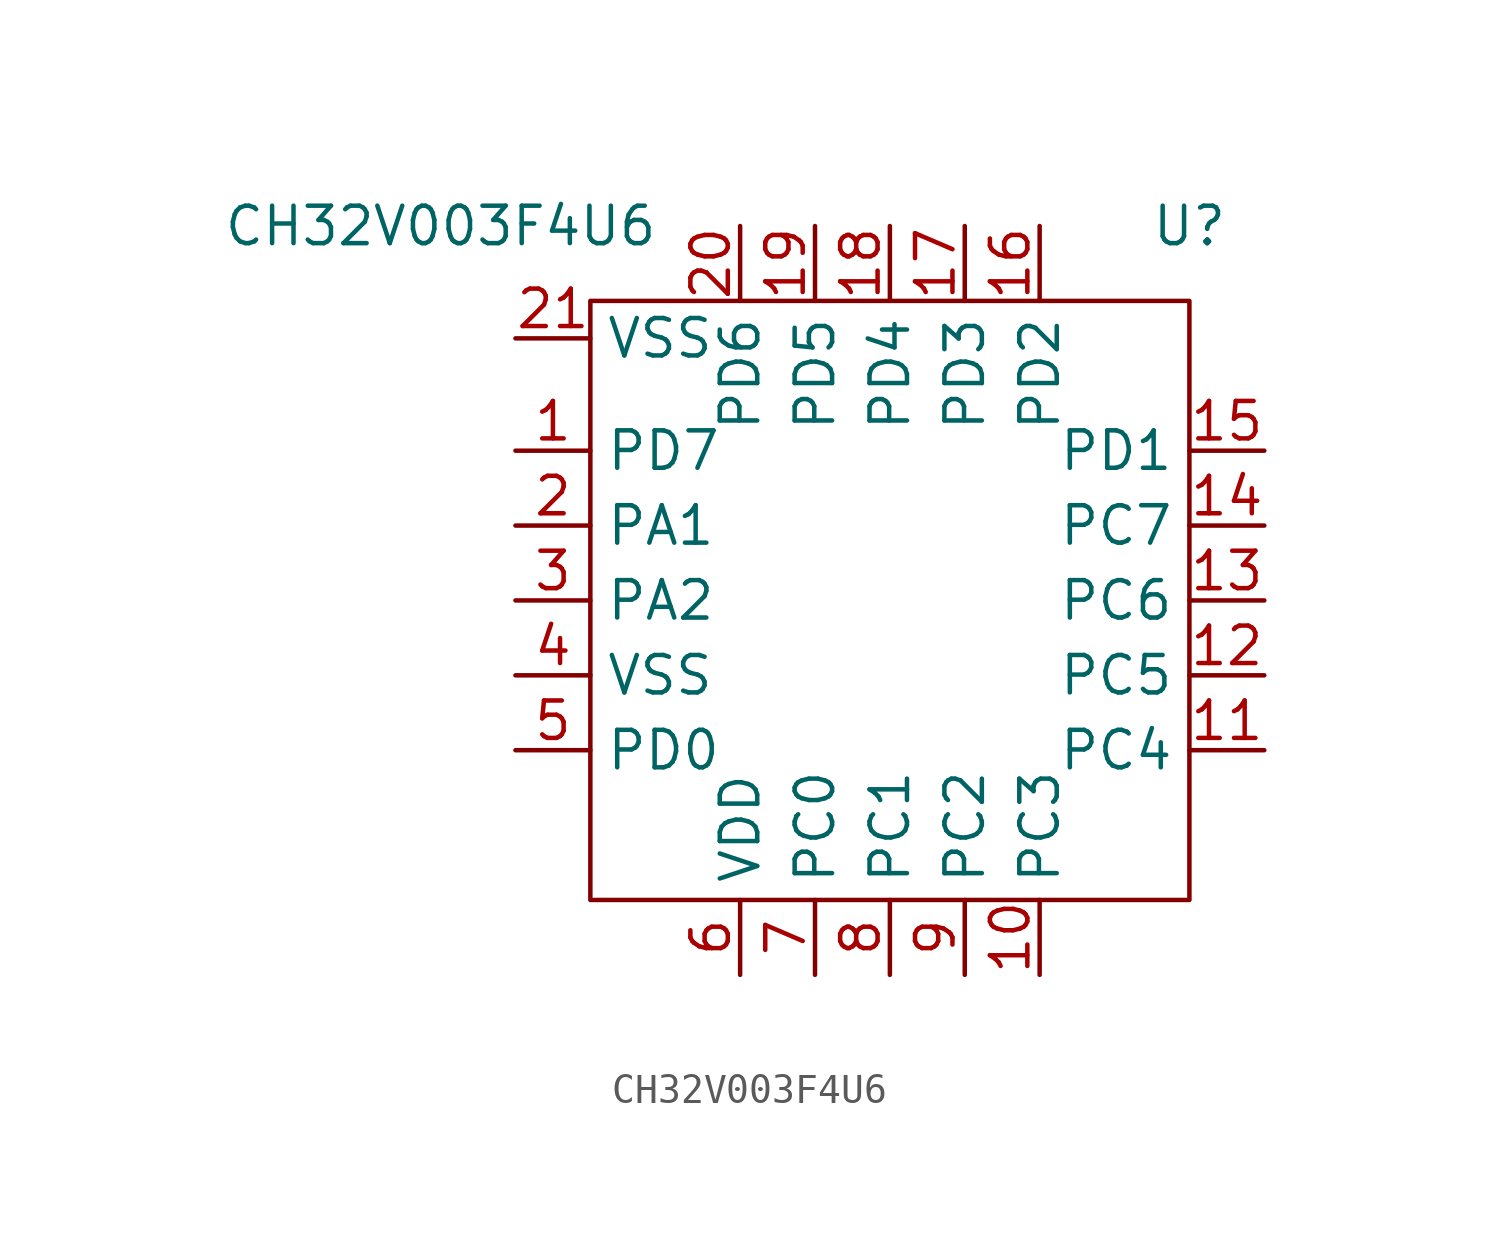
<source format=kicad_sym>
(kicad_symbol_lib
  (version 20211014)
  (generator kicad_symbol_editor)
  (symbol "CH32V003F4U6"
    (property "Reference" "U"
      (at 10.16 12.7 0)
      (effects (font (size 1.27 1.27))))
    (property "Value" "CH32V003F4U6"
      (at -15.24 12.7 0)
      (effects (font (size 1.27 1.27))))
    (symbol "CH32V003F4U6_0_1"
      (rectangle (start -10.16 10.16) (end 10.16 -10.16) (stroke (width 0) (type default) (color 0 0 0 0)) (fill (type none))))
    (symbol "CH32V003F4U6_1_1"
      (pin bidirectional line (at -12.7 5.08 0) (length 2.54) (name "PD7" (effects (font (size 1.27 1.27)))) (number "1" (effects (font (size 1.27 1.27)))) (alternate "NRST" bidirectional line) (alternate "OPP1" bidirectional line) (alternate "T2CH4" bidirectional line) (alternate "~UCK" bidirectional line))
      (pin bidirectional line (at 5.08 -12.7 90) (length 2.54) (name "PC3" (effects (font (size 1.27 1.27)))) (number "10" (effects (font (size 1.27 1.27)))) (alternate "T1CH3" bidirectional line) (alternate "~T1CH1N" bidirectional line) (alternate "~UCTS" bidirectional line))
      (pin bidirectional line (at 12.7 -5.08 180) (length 2.54) (name "PC4" (effects (font (size 1.27 1.27)))) (number "11" (effects (font (size 1.27 1.27)))) (alternate "A2" bidirectional line) (alternate "MCO" bidirectional line) (alternate "T1CH4" bidirectional line) (alternate "~T1CH1CH2N" bidirectional line))
      (pin bidirectional line (at 12.7 -2.54 180) (length 2.54) (name "PC5" (effects (font (size 1.27 1.27)))) (number "12" (effects (font (size 1.27 1.27)))) (alternate "SCK" bidirectional line) (alternate "T1ETR" bidirectional line) (alternate "~SCL" bidirectional line) (alternate "~T1CH3" bidirectional line) (alternate "~T2CH1ETR" bidirectional line) (alternate "~UCK" bidirectional line))
      (pin bidirectional line (at 12.7 0 180) (length 2.54) (name "PC6" (effects (font (size 1.27 1.27)))) (number "13" (effects (font (size 1.27 1.27)))) (alternate "MOSI" bidirectional line) (alternate "~SDA" bidirectional line) (alternate "~T1CH1CH3N" bidirectional line) (alternate "~UCTS" bidirectional line))
      (pin bidirectional line (at 12.7 2.54 180) (length 2.54) (name "PC7" (effects (font (size 1.27 1.27)))) (number "14" (effects (font (size 1.27 1.27)))) (alternate "MISO" bidirectional line) (alternate "~T1CH2" bidirectional line) (alternate "~T2CH2" bidirectional line) (alternate "~URTS" bidirectional line))
      (pin bidirectional line (at 12.7 5.08 180) (length 2.54) (name "PD1" (effects (font (size 1.27 1.27)))) (number "15" (effects (font (size 1.27 1.27)))) (alternate "AETR2" bidirectional line) (alternate "SWIO" bidirectional line) (alternate "T1CH3N" bidirectional line) (alternate "~SCL" bidirectional line) (alternate "~URX" bidirectional line))
      (pin bidirectional line (at 5.08 12.7 270) (length 2.54) (name "PD2" (effects (font (size 1.27 1.27)))) (number "16" (effects (font (size 1.27 1.27)))) (alternate "A3" power_in line) (alternate "T1CH1" power_in line) (alternate "~T1CH2N" power_in line) (alternate "~T2CH3" power_in line))
      (pin bidirectional line (at 2.54 12.7 270) (length 2.54) (name "PD3" (effects (font (size 1.27 1.27)))) (number "17" (effects (font (size 1.27 1.27)))) (alternate "A4" bidirectional line) (alternate "AETR" bidirectional line) (alternate "T2CH2" bidirectional line) (alternate "UCTS" bidirectional line) (alternate "~T1CH4" bidirectional line))
      (pin bidirectional line (at 0 12.7 270) (length 2.54) (name "PD4" (effects (font (size 1.27 1.27)))) (number "18" (effects (font (size 1.27 1.27)))) (alternate "A7" bidirectional line) (alternate "OPO" bidirectional line) (alternate "T2CH1ETR" bidirectional line) (alternate "UCK" bidirectional line) (alternate "~T1CH4ETR" bidirectional line))
      (pin bidirectional line (at -2.54 12.7 270) (length 2.54) (name "PD5" (effects (font (size 1.27 1.27)))) (number "19" (effects (font (size 1.27 1.27)))) (alternate "A5" bidirectional line) (alternate "UTX" bidirectional line) (alternate "~T2CH4" bidirectional line) (alternate "~URX" bidirectional line))
      (pin bidirectional line (at -12.7 2.54 0) (length 2.54) (name "PA1" (effects (font (size 1.27 1.27)))) (number "2" (effects (font (size 1.27 1.27)))) (alternate "A1" bidirectional line) (alternate "OPN0" bidirectional line) (alternate "OSCI" bidirectional line) (alternate "T1CH2" bidirectional line))
      (pin bidirectional line (at -5.08 12.7 270) (length 2.54) (name "PD6" (effects (font (size 1.27 1.27)))) (number "20" (effects (font (size 1.27 1.27)))) (alternate "A6" bidirectional line) (alternate "URX" bidirectional line) (alternate "~T2CH3" bidirectional line) (alternate "~UTX" bidirectional line))
      (pin power_in line (at -12.7 8.89 0) (length 2.54) (name "VSS" (effects (font (size 1.27 1.27)))) (number "21" (effects (font (size 1.27 1.27)))))
      (pin bidirectional line (at -12.7 0 0) (length 2.54) (name "PA2" (effects (font (size 1.27 1.27)))) (number "3" (effects (font (size 1.27 1.27)))) (alternate "A0" bidirectional line) (alternate "OPP0" bidirectional line) (alternate "OSCO" bidirectional line) (alternate "T1CH2N" bidirectional line) (alternate "~AETR2" bidirectional line))
      (pin power_in line (at -12.7 -2.54 0) (length 2.54) (name "VSS" (effects (font (size 1.27 1.27)))) (number "4" (effects (font (size 1.27 1.27)))))
      (pin bidirectional line (at -12.7 -5.08 0) (length 2.54) (name "PD0" (effects (font (size 1.27 1.27)))) (number "5" (effects (font (size 1.27 1.27)))) (alternate "T1CH1N" bidirectional line) (alternate "~OPN1" bidirectional line) (alternate "~SDA" bidirectional line) (alternate "~UTX" bidirectional line))
      (pin power_in line (at -5.08 -12.7 90) (length 2.54) (name "VDD" (effects (font (size 1.27 1.27)))) (number "6" (effects (font (size 1.27 1.27)))))
      (pin bidirectional line (at -2.54 -12.7 90) (length 2.54) (name "PC0" (effects (font (size 1.27 1.27)))) (number "7" (effects (font (size 1.27 1.27)))) (alternate "NSS_" bidirectional line) (alternate "T2CH3" bidirectional line) (alternate "~T1CH3" bidirectional line) (alternate "~UTX" bidirectional line))
      (pin bidirectional line (at 0 -12.7 90) (length 2.54) (name "PC1" (effects (font (size 1.27 1.27)))) (number "8" (effects (font (size 1.27 1.27)))) (alternate "NSS" bidirectional line) (alternate "SDA" bidirectional line) (alternate "T2CH4_" bidirectional line) (alternate "~T1BKIN" bidirectional line) (alternate "~T2CH1ETR" bidirectional line) (alternate "~URX" bidirectional line))
      (pin bidirectional line (at 2.54 -12.7 90) (length 2.54) (name "PC2" (effects (font (size 1.27 1.27)))) (number "9" (effects (font (size 1.27 1.27)))) (alternate "SCL" bidirectional line) (alternate "T1BKIN" bidirectional line) (alternate "URTS" bidirectional line) (alternate "~AETR" bidirectional line) (alternate "~T1ETR" bidirectional line) (alternate "~T2CH2" bidirectional line)))))
</source>
